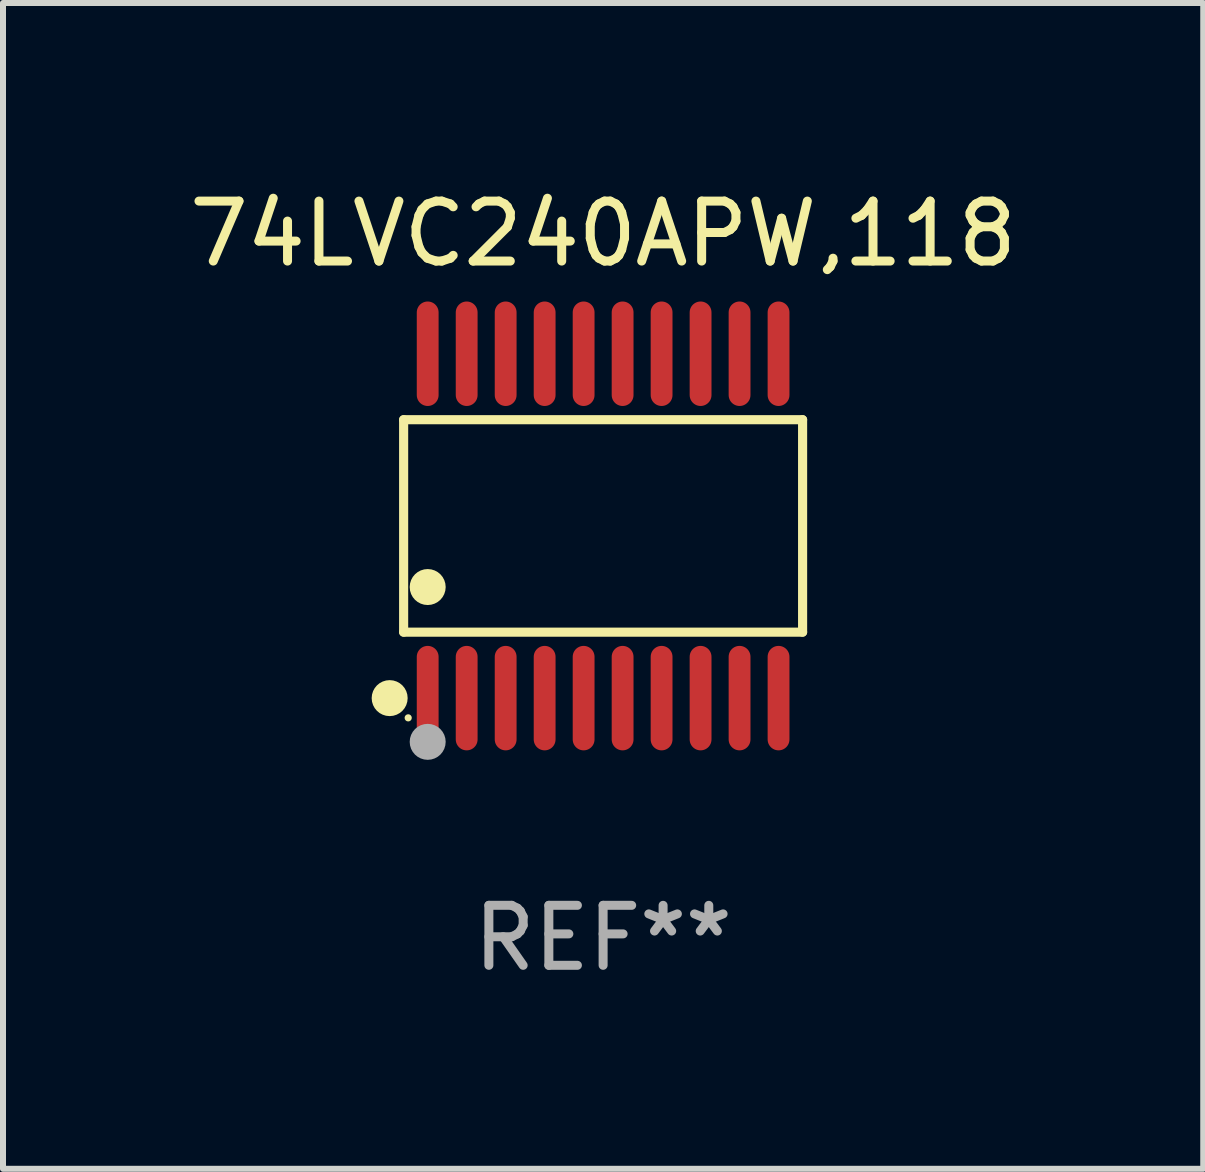
<source format=kicad_pcb>
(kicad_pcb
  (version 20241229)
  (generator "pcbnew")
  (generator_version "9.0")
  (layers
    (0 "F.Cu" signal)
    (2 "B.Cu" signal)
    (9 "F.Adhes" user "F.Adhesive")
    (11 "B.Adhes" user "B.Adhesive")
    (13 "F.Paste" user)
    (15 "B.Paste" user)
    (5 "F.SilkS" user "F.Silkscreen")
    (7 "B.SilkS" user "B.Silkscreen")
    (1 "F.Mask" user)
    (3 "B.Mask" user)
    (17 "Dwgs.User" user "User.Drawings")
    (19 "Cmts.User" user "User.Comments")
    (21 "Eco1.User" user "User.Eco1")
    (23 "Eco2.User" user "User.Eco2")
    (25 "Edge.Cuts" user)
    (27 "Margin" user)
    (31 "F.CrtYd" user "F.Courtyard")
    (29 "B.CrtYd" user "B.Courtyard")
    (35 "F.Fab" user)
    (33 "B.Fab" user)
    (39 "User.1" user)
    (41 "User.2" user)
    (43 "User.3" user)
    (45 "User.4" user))
  (footprint "74LVC240APW,118"
    (layer "F.Cu")
    (at 7.006 5.719)
    (property "Reference" "74LVC240APW,118" (at 0 -4.871 0) (layer "F.SilkS") (effects (font (size 1 1) (thickness 0.15))))
    (attr through_hole)
    (fp_line (start -3.326 -1.771) (end 3.326 -1.771) (stroke (width 0.152) (type solid)) (layer "F.SilkS"))
    (fp_line (start -3.326 1.771) (end -3.326 -1.771) (stroke (width 0.152) (type solid)) (layer "F.SilkS"))
    (fp_line (start 3.326 -1.771) (end 3.326 1.771) (stroke (width 0.152) (type solid)) (layer "F.SilkS"))
    (fp_line (start 3.326 1.771) (end -3.326 1.771) (stroke (width 0.152) (type solid)) (layer "F.SilkS"))
    (fp_circle (center -3.559 2.871) (end -3.409 2.871) (stroke (width 0.3) (type solid)) (fill no) (layer "F.SilkS"))
    (fp_circle (center -3.25 3.2) (end -3.22 3.2) (stroke (width 0.06) (type solid)) (fill no) (layer "F.SilkS"))
    (fp_circle (center -2.925 1.019) (end -2.775 1.019) (stroke (width 0.3) (type solid)) (fill no) (layer "F.SilkS"))
    (fp_circle (center -2.925 3.6) (end -2.775 3.6) (stroke (width 0.3) (type solid)) (fill no) (layer "F.Fab"))
    (fp_text user "REF**" (at 0 6.871 0) (layer "F.Fab") (effects (font (size 1 1) (thickness 0.15))))
    (pad "1" smd oval (at -2.925 2.871) (size 0.364 1.742) (layers "F.Cu" "F.Mask" "F.Paste"))
    (pad "2" smd oval (at -2.275 2.871) (size 0.364 1.742) (layers "F.Cu" "F.Mask" "F.Paste"))
    (pad "3" smd oval (at -1.625 2.871) (size 0.364 1.742) (layers "F.Cu" "F.Mask" "F.Paste"))
    (pad "4" smd oval (at -0.975 2.871) (size 0.364 1.742) (layers "F.Cu" "F.Mask" "F.Paste"))
    (pad "5" smd oval (at -0.325 2.871) (size 0.364 1.742) (layers "F.Cu" "F.Mask" "F.Paste"))
    (pad "6" smd oval (at 0.325 2.871) (size 0.364 1.742) (layers "F.Cu" "F.Mask" "F.Paste"))
    (pad "7" smd oval (at 0.975 2.871) (size 0.364 1.742) (layers "F.Cu" "F.Mask" "F.Paste"))
    (pad "8" smd oval (at 1.625 2.871) (size 0.364 1.742) (layers "F.Cu" "F.Mask" "F.Paste"))
    (pad "9" smd oval (at 2.275 2.871) (size 0.364 1.742) (layers "F.Cu" "F.Mask" "F.Paste"))
    (pad "10" smd oval (at 2.925 2.871) (size 0.364 1.742) (layers "F.Cu" "F.Mask" "F.Paste"))
    (pad "11" smd oval (at 2.925 -2.871) (size 0.364 1.742) (layers "F.Cu" "F.Mask" "F.Paste"))
    (pad "12" smd oval (at 2.275 -2.871) (size 0.364 1.742) (layers "F.Cu" "F.Mask" "F.Paste"))
    (pad "13" smd oval (at 1.625 -2.871) (size 0.364 1.742) (layers "F.Cu" "F.Mask" "F.Paste"))
    (pad "14" smd oval (at 0.975 -2.871) (size 0.364 1.742) (layers "F.Cu" "F.Mask" "F.Paste"))
    (pad "15" smd oval (at 0.325 -2.871) (size 0.364 1.742) (layers "F.Cu" "F.Mask" "F.Paste"))
    (pad "16" smd oval (at -0.325 -2.871) (size 0.364 1.742) (layers "F.Cu" "F.Mask" "F.Paste"))
    (pad "17" smd oval (at -0.975 -2.871) (size 0.364 1.742) (layers "F.Cu" "F.Mask" "F.Paste"))
    (pad "18" smd oval (at -1.625 -2.871) (size 0.364 1.742) (layers "F.Cu" "F.Mask" "F.Paste"))
    (pad "19" smd oval (at -2.275 -2.871) (size 0.364 1.742) (layers "F.Cu" "F.Mask" "F.Paste"))
    (pad "20" smd oval (at -2.925 -2.871) (size 0.364 1.742) (layers "F.Cu" "F.Mask" "F.Paste")))
  (gr_rect
    (start -3 -3)
    (end 17.012 16.438)
    (stroke (width 0.1) (type default))
    (fill no)
    (layer "Edge.Cuts")))
</source>
